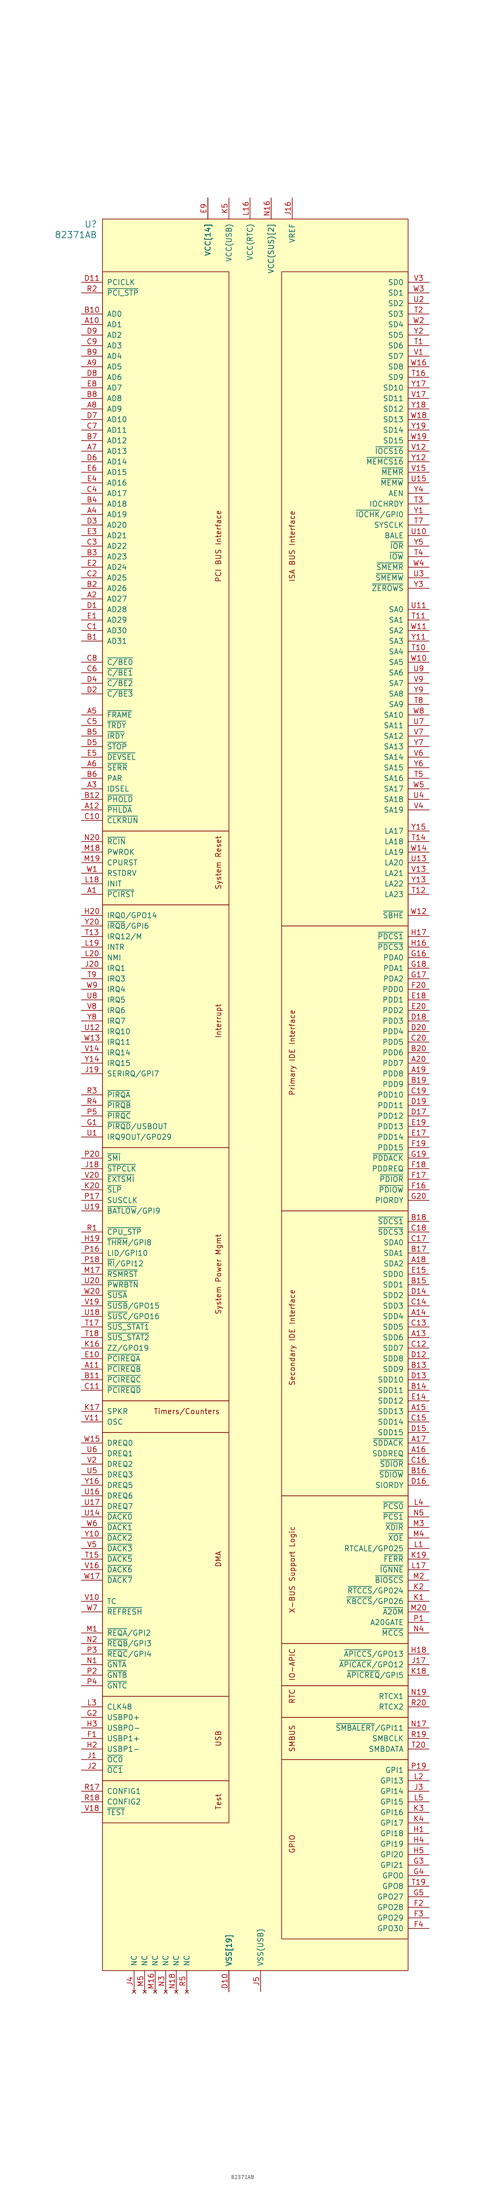
<source format=kicad_sym>
(kicad_symbol_lib
  (version 20211014)
  (generator kicad_symbol_editor)
  (symbol "82371AB"
    (pin_names
      (offset 1.016))
    (property "Reference" "U"
      (at -36.83 194.31 0)
      (effects (font (size 1.524 1.524)) (justify right)))
    (property "Value" "82371AB"
      (at -36.83 191.77 0)
      (effects (font (size 1.524 1.524)) (justify right)))
    (symbol "82371AB_0_0"
      (rectangle (start -35.56 -180.34) (end -5.08 -190.5) (stroke (width 0.152) (type default) (color 0 0 0 0)) (fill (type none)))
      (rectangle (start -35.56 -160.02) (end -5.08 -180.34) (stroke (width 0.152) (type default) (color 0 0 0 0)) (fill (type none)))
      (rectangle (start -35.56 -96.52) (end -5.08 -160.02) (stroke (width 0.152) (type default) (color 0 0 0 0)) (fill (type none)))
      (rectangle (start -35.56 -88.9) (end -5.08 -96.52) (stroke (width 0.152) (type default) (color 0 0 0 0)) (fill (type none)))
      (rectangle (start -35.56 -27.94) (end -5.08 -88.9) (stroke (width 0.152) (type default) (color 0 0 0 0)) (fill (type none)))
      (rectangle (start -35.56 30.48) (end -5.08 -27.94) (stroke (width 0.152) (type default) (color 0 0 0 0)) (fill (type none)))
      (rectangle (start -35.56 48.26) (end -5.08 30.48) (stroke (width 0.152) (type default) (color 0 0 0 0)) (fill (type none)))
      (rectangle (start 38.1 -175.26) (end 7.62 -218.44) (stroke (width 0.152) (type default) (color 0 0 0 0)) (fill (type none)))
      (rectangle (start 38.1 -165.1) (end 7.62 -175.26) (stroke (width 0.152) (type default) (color 0 0 0 0)) (fill (type none)))
      (rectangle (start 38.1 -157.48) (end 7.62 -165.1) (stroke (width 0.152) (type default) (color 0 0 0 0)) (fill (type none)))
      (rectangle (start 38.1 -147.32) (end 7.62 -157.48) (stroke (width 0.152) (type default) (color 0 0 0 0)) (fill (type none)))
      (rectangle (start 38.1 -111.76) (end 7.62 -147.32) (stroke (width 0.152) (type default) (color 0 0 0 0)) (fill (type none)))
      (rectangle (start 38.1 -43.18) (end 7.62 -111.76) (stroke (width 0.152) (type default) (color 0 0 0 0)) (fill (type none)))
      (rectangle (start 38.1 25.4) (end 7.62 -43.18) (stroke (width 0.152) (type default) (color 0 0 0 0)) (fill (type none)))
      (rectangle (start 38.1 182.88) (end 7.62 25.4) (stroke (width 0.152) (type default) (color 0 0 0 0)) (fill (type none)))
      (text "DMA" (at -7.62 -127 900) (effects (font (size 1.27 1.27))))
      (text "GPIO" (at 10.16 -195.58 900) (effects (font (size 1.27 1.27))))
      (text "Interrupt" (at -7.62 2.54 900) (effects (font (size 1.27 1.27))))
      (text "IO-APIC" (at 10.16 -152.4 900) (effects (font (size 1.27 1.27))))
      (text "ISA BUS Interface" (at 10.16 116.84 900) (effects (font (size 1.27 1.27))))
      (text "PCI BUS Interface" (at -7.62 116.84 900) (effects (font (size 1.27 1.27))))
      (text "Primary IDE Interface" (at 10.16 -5.08 900) (effects (font (size 1.27 1.27))))
      (text "RTC" (at 10.16 -160.02 900) (effects (font (size 1.27 1.27))))
      (text "Secondary IDE Interface" (at 10.16 -73.66 900) (effects (font (size 1.27 1.27))))
      (text "SMBUS" (at 10.16 -170.18 900) (effects (font (size 1.27 1.27))))
      (text "System Power Mgmt" (at -7.62 -58.42 900) (effects (font (size 1.27 1.27))))
      (text "System Reset" (at -7.62 40.64 900) (effects (font (size 1.27 1.27))))
      (text "Test" (at -7.62 -185.42 900) (effects (font (size 1.27 1.27))))
      (text "Timers/Counters" (at -15.24 -91.44 0) (effects (font (size 1.27 1.27))))
      (text "USB" (at -7.62 -170.18 900) (effects (font (size 1.27 1.27))))
      (text "X-BUS Support Logic" (at 10.16 -129.54 900) (effects (font (size 1.27 1.27)))))
    (symbol "82371AB_0_1"
      (rectangle (start -35.56 182.88) (end -5.08 48.26) (stroke (width 0.152) (type default) (color 0 0 0 0)) (fill (type none))))
    (symbol "82371AB_1_1"
      (rectangle (start -35.56 195.58) (end 38.1 -226.06) (stroke (width 0) (type default) (color 0 0 0 0)) (fill (type background)))
      (pin output line (at -40.64 33.02 0) (length 5.08) (name "~{PCIRST}" (effects (font (size 1.27 1.27)))) (number "A1" (effects (font (size 1.27 1.27)))))
      (pin tri_state line (at -40.64 170.18 0) (length 5.08) (name "AD1" (effects (font (size 1.27 1.27)))) (number "A10" (effects (font (size 1.27 1.27)))))
      (pin input line (at -40.64 -81.28 0) (length 5.08) (name "~{PCIREQB}" (effects (font (size 1.27 1.27)))) (number "A11" (effects (font (size 1.27 1.27)))))
      (pin input line (at -40.64 53.34 0) (length 5.08) (name "~{PHLDA}" (effects (font (size 1.27 1.27)))) (number "A12" (effects (font (size 1.27 1.27)))))
      (pin tri_state line (at 43.18 -73.66 180) (length 5.08) (name "SDD6" (effects (font (size 1.27 1.27)))) (number "A13" (effects (font (size 1.27 1.27)))))
      (pin tri_state line (at 43.18 -68.58 180) (length 5.08) (name "SDD4" (effects (font (size 1.27 1.27)))) (number "A14" (effects (font (size 1.27 1.27)))))
      (pin tri_state line (at 43.18 -91.44 180) (length 5.08) (name "SDD13" (effects (font (size 1.27 1.27)))) (number "A15" (effects (font (size 1.27 1.27)))))
      (pin input line (at 43.18 -101.6 180) (length 5.08) (name "SDDREQ" (effects (font (size 1.27 1.27)))) (number "A16" (effects (font (size 1.27 1.27)))))
      (pin output line (at 43.18 -99.06 180) (length 5.08) (name "~{SDDACK}" (effects (font (size 1.27 1.27)))) (number "A17" (effects (font (size 1.27 1.27)))))
      (pin output line (at 43.18 -55.88 180) (length 5.08) (name "SDA2" (effects (font (size 1.27 1.27)))) (number "A18" (effects (font (size 1.27 1.27)))))
      (pin tri_state line (at 43.18 -10.16 180) (length 5.08) (name "PDD8" (effects (font (size 1.27 1.27)))) (number "A19" (effects (font (size 1.27 1.27)))))
      (pin tri_state line (at -40.64 104.14 0) (length 5.08) (name "AD27" (effects (font (size 1.27 1.27)))) (number "A2" (effects (font (size 1.27 1.27)))))
      (pin tri_state line (at 43.18 -7.62 180) (length 5.08) (name "PDD7" (effects (font (size 1.27 1.27)))) (number "A20" (effects (font (size 1.27 1.27)))))
      (pin input line (at -40.64 58.42 0) (length 5.08) (name "IDSEL" (effects (font (size 1.27 1.27)))) (number "A3" (effects (font (size 1.27 1.27)))))
      (pin tri_state line (at -40.64 124.46 0) (length 5.08) (name "AD19" (effects (font (size 1.27 1.27)))) (number "A4" (effects (font (size 1.27 1.27)))))
      (pin tri_state line (at -40.64 76.2 0) (length 5.08) (name "~{FRAME}" (effects (font (size 1.27 1.27)))) (number "A5" (effects (font (size 1.27 1.27)))))
      (pin tri_state line (at -40.64 63.5 0) (length 5.08) (name "~{SERR}" (effects (font (size 1.27 1.27)))) (number "A6" (effects (font (size 1.27 1.27)))))
      (pin tri_state line (at -40.64 139.7 0) (length 5.08) (name "AD13" (effects (font (size 1.27 1.27)))) (number "A7" (effects (font (size 1.27 1.27)))))
      (pin tri_state line (at -40.64 149.86 0) (length 5.08) (name "AD9" (effects (font (size 1.27 1.27)))) (number "A8" (effects (font (size 1.27 1.27)))))
      (pin tri_state line (at -40.64 160.02 0) (length 5.08) (name "AD5" (effects (font (size 1.27 1.27)))) (number "A9" (effects (font (size 1.27 1.27)))))
      (pin tri_state line (at -40.64 93.98 0) (length 5.08) (name "AD31" (effects (font (size 1.27 1.27)))) (number "B1" (effects (font (size 1.27 1.27)))))
      (pin tri_state line (at -40.64 172.72 0) (length 5.08) (name "AD0" (effects (font (size 1.27 1.27)))) (number "B10" (effects (font (size 1.27 1.27)))))
      (pin input line (at -40.64 -83.82 0) (length 5.08) (name "~{PCIREQC}" (effects (font (size 1.27 1.27)))) (number "B11" (effects (font (size 1.27 1.27)))))
      (pin output line (at -40.64 55.88 0) (length 5.08) (name "~{PHOLD}" (effects (font (size 1.27 1.27)))) (number "B12" (effects (font (size 1.27 1.27)))))
      (pin tri_state line (at 43.18 -81.28 180) (length 5.08) (name "SDD9" (effects (font (size 1.27 1.27)))) (number "B13" (effects (font (size 1.27 1.27)))))
      (pin tri_state line (at 43.18 -86.36 180) (length 5.08) (name "SDD11" (effects (font (size 1.27 1.27)))) (number "B14" (effects (font (size 1.27 1.27)))))
      (pin tri_state line (at 43.18 -60.96 180) (length 5.08) (name "SDD1" (effects (font (size 1.27 1.27)))) (number "B15" (effects (font (size 1.27 1.27)))))
      (pin output line (at 43.18 -106.68 180) (length 5.08) (name "~{SDIOW}" (effects (font (size 1.27 1.27)))) (number "B16" (effects (font (size 1.27 1.27)))))
      (pin output line (at 43.18 -53.34 180) (length 5.08) (name "SDA1" (effects (font (size 1.27 1.27)))) (number "B17" (effects (font (size 1.27 1.27)))))
      (pin output line (at 43.18 -45.72 180) (length 5.08) (name "~{SDCS1}" (effects (font (size 1.27 1.27)))) (number "B18" (effects (font (size 1.27 1.27)))))
      (pin tri_state line (at 43.18 -12.7 180) (length 5.08) (name "PDD9" (effects (font (size 1.27 1.27)))) (number "B19" (effects (font (size 1.27 1.27)))))
      (pin tri_state line (at -40.64 106.68 0) (length 5.08) (name "AD26" (effects (font (size 1.27 1.27)))) (number "B2" (effects (font (size 1.27 1.27)))))
      (pin tri_state line (at 43.18 -5.08 180) (length 5.08) (name "PDD6" (effects (font (size 1.27 1.27)))) (number "B20" (effects (font (size 1.27 1.27)))))
      (pin tri_state line (at -40.64 114.3 0) (length 5.08) (name "AD23" (effects (font (size 1.27 1.27)))) (number "B3" (effects (font (size 1.27 1.27)))))
      (pin tri_state line (at -40.64 127 0) (length 5.08) (name "AD18" (effects (font (size 1.27 1.27)))) (number "B4" (effects (font (size 1.27 1.27)))))
      (pin tri_state line (at -40.64 71.12 0) (length 5.08) (name "~{IRDY}" (effects (font (size 1.27 1.27)))) (number "B5" (effects (font (size 1.27 1.27)))))
      (pin output line (at -40.64 60.96 0) (length 5.08) (name "PAR" (effects (font (size 1.27 1.27)))) (number "B6" (effects (font (size 1.27 1.27)))))
      (pin tri_state line (at -40.64 142.24 0) (length 5.08) (name "AD12" (effects (font (size 1.27 1.27)))) (number "B7" (effects (font (size 1.27 1.27)))))
      (pin tri_state line (at -40.64 152.4 0) (length 5.08) (name "AD8" (effects (font (size 1.27 1.27)))) (number "B8" (effects (font (size 1.27 1.27)))))
      (pin tri_state line (at -40.64 162.56 0) (length 5.08) (name "AD4" (effects (font (size 1.27 1.27)))) (number "B9" (effects (font (size 1.27 1.27)))))
      (pin tri_state line (at -40.64 96.52 0) (length 5.08) (name "AD30" (effects (font (size 1.27 1.27)))) (number "C1" (effects (font (size 1.27 1.27)))))
      (pin tri_state line (at -40.64 50.8 0) (length 5.08) (name "~{CLKRUN}" (effects (font (size 1.27 1.27)))) (number "C10" (effects (font (size 1.27 1.27)))))
      (pin input line (at -40.64 -86.36 0) (length 5.08) (name "~{PCIREQD}" (effects (font (size 1.27 1.27)))) (number "C11" (effects (font (size 1.27 1.27)))))
      (pin tri_state line (at 43.18 -76.2 180) (length 5.08) (name "SDD7" (effects (font (size 1.27 1.27)))) (number "C12" (effects (font (size 1.27 1.27)))))
      (pin tri_state line (at 43.18 -71.12 180) (length 5.08) (name "SDD5" (effects (font (size 1.27 1.27)))) (number "C13" (effects (font (size 1.27 1.27)))))
      (pin tri_state line (at 43.18 -66.04 180) (length 5.08) (name "SDD3" (effects (font (size 1.27 1.27)))) (number "C14" (effects (font (size 1.27 1.27)))))
      (pin tri_state line (at 43.18 -93.98 180) (length 5.08) (name "SDD14" (effects (font (size 1.27 1.27)))) (number "C15" (effects (font (size 1.27 1.27)))))
      (pin output line (at 43.18 -104.14 180) (length 5.08) (name "~{SDIOR}" (effects (font (size 1.27 1.27)))) (number "C16" (effects (font (size 1.27 1.27)))))
      (pin output line (at 43.18 -50.8 180) (length 5.08) (name "SDA0" (effects (font (size 1.27 1.27)))) (number "C17" (effects (font (size 1.27 1.27)))))
      (pin output line (at 43.18 -48.26 180) (length 5.08) (name "~{SDCS3}" (effects (font (size 1.27 1.27)))) (number "C18" (effects (font (size 1.27 1.27)))))
      (pin tri_state line (at 43.18 -15.24 180) (length 5.08) (name "PDD10" (effects (font (size 1.27 1.27)))) (number "C19" (effects (font (size 1.27 1.27)))))
      (pin tri_state line (at -40.64 109.22 0) (length 5.08) (name "AD25" (effects (font (size 1.27 1.27)))) (number "C2" (effects (font (size 1.27 1.27)))))
      (pin tri_state line (at 43.18 -2.54 180) (length 5.08) (name "PDD5" (effects (font (size 1.27 1.27)))) (number "C20" (effects (font (size 1.27 1.27)))))
      (pin tri_state line (at -40.64 116.84 0) (length 5.08) (name "AD22" (effects (font (size 1.27 1.27)))) (number "C3" (effects (font (size 1.27 1.27)))))
      (pin tri_state line (at -40.64 129.54 0) (length 5.08) (name "AD17" (effects (font (size 1.27 1.27)))) (number "C4" (effects (font (size 1.27 1.27)))))
      (pin tri_state line (at -40.64 73.66 0) (length 5.08) (name "~{TRDY}" (effects (font (size 1.27 1.27)))) (number "C5" (effects (font (size 1.27 1.27)))))
      (pin tri_state line (at -40.64 86.36 0) (length 5.08) (name "~{C/BE1}" (effects (font (size 1.27 1.27)))) (number "C6" (effects (font (size 1.27 1.27)))))
      (pin tri_state line (at -40.64 144.78 0) (length 5.08) (name "AD11" (effects (font (size 1.27 1.27)))) (number "C7" (effects (font (size 1.27 1.27)))))
      (pin tri_state line (at -40.64 88.9 0) (length 5.08) (name "~{C/BE0}" (effects (font (size 1.27 1.27)))) (number "C8" (effects (font (size 1.27 1.27)))))
      (pin tri_state line (at -40.64 165.1 0) (length 5.08) (name "AD3" (effects (font (size 1.27 1.27)))) (number "C9" (effects (font (size 1.27 1.27)))))
      (pin tri_state line (at -40.64 101.6 0) (length 5.08) (name "AD28" (effects (font (size 1.27 1.27)))) (number "D1" (effects (font (size 1.27 1.27)))))
      (pin power_in line (at -5.08 -231.14 90) (length 5.08) (name "VSS[19]" (effects (font (size 1.27 1.27)))) (number "D10" (effects (font (size 1.27 1.27)))))
      (pin input line (at -40.64 180.34 0) (length 5.08) (name "PCICLK" (effects (font (size 1.27 1.27)))) (number "D11" (effects (font (size 1.27 1.27)))))
      (pin tri_state line (at 43.18 -78.74 180) (length 5.08) (name "SDD8" (effects (font (size 1.27 1.27)))) (number "D12" (effects (font (size 1.27 1.27)))))
      (pin tri_state line (at 43.18 -83.82 180) (length 5.08) (name "SDD10" (effects (font (size 1.27 1.27)))) (number "D13" (effects (font (size 1.27 1.27)))))
      (pin tri_state line (at 43.18 -63.5 180) (length 5.08) (name "SDD2" (effects (font (size 1.27 1.27)))) (number "D14" (effects (font (size 1.27 1.27)))))
      (pin tri_state line (at 43.18 -96.52 180) (length 5.08) (name "SDD15" (effects (font (size 1.27 1.27)))) (number "D15" (effects (font (size 1.27 1.27)))))
      (pin input line (at 43.18 -109.22 180) (length 5.08) (name "SIORDY" (effects (font (size 1.27 1.27)))) (number "D16" (effects (font (size 1.27 1.27)))))
      (pin tri_state line (at 43.18 -20.32 180) (length 5.08) (name "PDD12" (effects (font (size 1.27 1.27)))) (number "D17" (effects (font (size 1.27 1.27)))))
      (pin tri_state line (at 43.18 2.54 180) (length 5.08) (name "PDD3" (effects (font (size 1.27 1.27)))) (number "D18" (effects (font (size 1.27 1.27)))))
      (pin tri_state line (at 43.18 -17.78 180) (length 5.08) (name "PDD11" (effects (font (size 1.27 1.27)))) (number "D19" (effects (font (size 1.27 1.27)))))
      (pin tri_state line (at -40.64 81.28 0) (length 5.08) (name "~{C/BE3}" (effects (font (size 1.27 1.27)))) (number "D2" (effects (font (size 1.27 1.27)))))
      (pin tri_state line (at 43.18 0 180) (length 5.08) (name "PDD4" (effects (font (size 1.27 1.27)))) (number "D20" (effects (font (size 1.27 1.27)))))
      (pin tri_state line (at -40.64 121.92 0) (length 5.08) (name "AD20" (effects (font (size 1.27 1.27)))) (number "D3" (effects (font (size 1.27 1.27)))))
      (pin tri_state line (at -40.64 83.82 0) (length 5.08) (name "~{C/BE2}" (effects (font (size 1.27 1.27)))) (number "D4" (effects (font (size 1.27 1.27)))))
      (pin tri_state line (at -40.64 68.58 0) (length 5.08) (name "~{STOP}" (effects (font (size 1.27 1.27)))) (number "D5" (effects (font (size 1.27 1.27)))))
      (pin tri_state line (at -40.64 137.16 0) (length 5.08) (name "AD14" (effects (font (size 1.27 1.27)))) (number "D6" (effects (font (size 1.27 1.27)))))
      (pin tri_state line (at -40.64 147.32 0) (length 5.08) (name "AD10" (effects (font (size 1.27 1.27)))) (number "D7" (effects (font (size 1.27 1.27)))))
      (pin tri_state line (at -40.64 157.48 0) (length 5.08) (name "AD6" (effects (font (size 1.27 1.27)))) (number "D8" (effects (font (size 1.27 1.27)))))
      (pin tri_state line (at -40.64 167.64 0) (length 5.08) (name "AD2" (effects (font (size 1.27 1.27)))) (number "D9" (effects (font (size 1.27 1.27)))))
      (pin tri_state line (at -40.64 99.06 0) (length 5.08) (name "AD29" (effects (font (size 1.27 1.27)))) (number "E1" (effects (font (size 1.27 1.27)))))
      (pin input line (at -40.64 -78.74 0) (length 5.08) (name "~{PCIREQA}" (effects (font (size 1.27 1.27)))) (number "E10" (effects (font (size 1.27 1.27)))))
      (pin power_in line (at -10.16 200.66 270) (length 5.08) (name "VCC[14]" (effects (font (size 1.27 1.27)))) (number "E11" (effects (font (size 0 0)))))
      (pin power_in line (at -10.16 200.66 270) (length 5.08) (name "VCC[14]" (effects (font (size 1.27 1.27)))) (number "E12" (effects (font (size 0 0)))))
      (pin power_in line (at -5.08 -231.14 90) (length 5.08) (name "VSS[19]" (effects (font (size 1.27 1.27)))) (number "E13" (effects (font (size 0 0)))))
      (pin tri_state line (at 43.18 -88.9 180) (length 5.08) (name "SDD12" (effects (font (size 1.27 1.27)))) (number "E14" (effects (font (size 1.27 1.27)))))
      (pin tri_state line (at 43.18 -58.42 180) (length 5.08) (name "SDD0" (effects (font (size 1.27 1.27)))) (number "E15" (effects (font (size 1.27 1.27)))))
      (pin power_in line (at -10.16 200.66 270) (length 5.08) (name "VCC[14]" (effects (font (size 1.27 1.27)))) (number "E16" (effects (font (size 0 0)))))
      (pin tri_state line (at 43.18 -25.4 180) (length 5.08) (name "PDD14" (effects (font (size 1.27 1.27)))) (number "E17" (effects (font (size 1.27 1.27)))))
      (pin tri_state line (at 43.18 7.62 180) (length 5.08) (name "PDD1" (effects (font (size 1.27 1.27)))) (number "E18" (effects (font (size 1.27 1.27)))))
      (pin tri_state line (at 43.18 -22.86 180) (length 5.08) (name "PDD13" (effects (font (size 1.27 1.27)))) (number "E19" (effects (font (size 1.27 1.27)))))
      (pin tri_state line (at -40.64 111.76 0) (length 5.08) (name "AD24" (effects (font (size 1.27 1.27)))) (number "E2" (effects (font (size 1.27 1.27)))))
      (pin tri_state line (at 43.18 5.08 180) (length 5.08) (name "PDD2" (effects (font (size 1.27 1.27)))) (number "E20" (effects (font (size 1.27 1.27)))))
      (pin tri_state line (at -40.64 119.38 0) (length 5.08) (name "AD21" (effects (font (size 1.27 1.27)))) (number "E3" (effects (font (size 1.27 1.27)))))
      (pin tri_state line (at -40.64 132.08 0) (length 5.08) (name "AD16" (effects (font (size 1.27 1.27)))) (number "E4" (effects (font (size 1.27 1.27)))))
      (pin tri_state line (at -40.64 66.04 0) (length 5.08) (name "~{DEVSEL}" (effects (font (size 1.27 1.27)))) (number "E5" (effects (font (size 1.27 1.27)))))
      (pin tri_state line (at -40.64 134.62 0) (length 5.08) (name "AD15" (effects (font (size 1.27 1.27)))) (number "E6" (effects (font (size 1.27 1.27)))))
      (pin power_in line (at -5.08 -231.14 90) (length 5.08) (name "VSS[19]" (effects (font (size 1.27 1.27)))) (number "E7" (effects (font (size 0 0)))))
      (pin tri_state line (at -40.64 154.94 0) (length 5.08) (name "AD7" (effects (font (size 1.27 1.27)))) (number "E8" (effects (font (size 1.27 1.27)))))
      (pin power_in line (at -10.16 200.66 270) (length 5.08) (name "VCC[14]" (effects (font (size 1.27 1.27)))) (number "E9" (effects (font (size 1.27 1.27)))))
      (pin tri_state line (at -40.64 -170.18 0) (length 5.08) (name "USBP1+" (effects (font (size 1.27 1.27)))) (number "F1" (effects (font (size 1.27 1.27)))))
      (pin power_in line (at -10.16 200.66 270) (length 5.08) (name "VCC[14]" (effects (font (size 1.27 1.27)))) (number "F14" (effects (font (size 0 0)))))
      (pin power_in line (at -10.16 200.66 270) (length 5.08) (name "VCC[14]" (effects (font (size 1.27 1.27)))) (number "F15" (effects (font (size 0 0)))))
      (pin output line (at 43.18 -38.1 180) (length 5.08) (name "~{PDIOW}" (effects (font (size 1.27 1.27)))) (number "F16" (effects (font (size 1.27 1.27)))))
      (pin output line (at 43.18 -35.56 180) (length 5.08) (name "~{PDIOR}" (effects (font (size 1.27 1.27)))) (number "F17" (effects (font (size 1.27 1.27)))))
      (pin input line (at 43.18 -33.02 180) (length 5.08) (name "PDDREQ" (effects (font (size 1.27 1.27)))) (number "F18" (effects (font (size 1.27 1.27)))))
      (pin tri_state line (at 43.18 -27.94 180) (length 5.08) (name "PDD15" (effects (font (size 1.27 1.27)))) (number "F19" (effects (font (size 1.27 1.27)))))
      (pin output line (at 43.18 -210.82 180) (length 5.08) (name "GPO28" (effects (font (size 1.27 1.27)))) (number "F2" (effects (font (size 1.27 1.27)))))
      (pin tri_state line (at 43.18 10.16 180) (length 5.08) (name "PDD0" (effects (font (size 1.27 1.27)))) (number "F20" (effects (font (size 1.27 1.27)))))
      (pin output line (at 43.18 -213.36 180) (length 5.08) (name "GPO29" (effects (font (size 1.27 1.27)))) (number "F3" (effects (font (size 1.27 1.27)))))
      (pin output line (at 43.18 -215.9 180) (length 5.08) (name "GPO30" (effects (font (size 1.27 1.27)))) (number "F4" (effects (font (size 1.27 1.27)))))
      (pin power_in line (at -10.16 200.66 270) (length 5.08) (name "VCC[14]" (effects (font (size 1.27 1.27)))) (number "F5" (effects (font (size 0 0)))))
      (pin power_in line (at -10.16 200.66 270) (length 5.08) (name "VCC[14]" (effects (font (size 1.27 1.27)))) (number "F6" (effects (font (size 0 0)))))
      (pin tri_state line (at -40.64 -22.86 0) (length 5.08) (name "~{PIRQD}/USBOUT" (effects (font (size 1.27 1.27)))) (number "G1" (effects (font (size 1.27 1.27)))))
      (pin output line (at 43.18 17.78 180) (length 5.08) (name "PDA0" (effects (font (size 1.27 1.27)))) (number "G16" (effects (font (size 1.27 1.27)))))
      (pin output line (at 43.18 12.7 180) (length 5.08) (name "PDA2" (effects (font (size 1.27 1.27)))) (number "G17" (effects (font (size 1.27 1.27)))))
      (pin output line (at 43.18 15.24 180) (length 5.08) (name "PDA1" (effects (font (size 1.27 1.27)))) (number "G18" (effects (font (size 1.27 1.27)))))
      (pin output line (at 43.18 -30.48 180) (length 5.08) (name "~{PDDACK}" (effects (font (size 1.27 1.27)))) (number "G19" (effects (font (size 1.27 1.27)))))
      (pin tri_state line (at -40.64 -165.1 0) (length 5.08) (name "USBP0+" (effects (font (size 1.27 1.27)))) (number "G2" (effects (font (size 1.27 1.27)))))
      (pin input line (at 43.18 -40.64 180) (length 5.08) (name "PIORDY" (effects (font (size 1.27 1.27)))) (number "G20" (effects (font (size 1.27 1.27)))))
      (pin input line (at 43.18 -200.66 180) (length 5.08) (name "GPI21" (effects (font (size 1.27 1.27)))) (number "G3" (effects (font (size 1.27 1.27)))))
      (pin output line (at 43.18 -203.2 180) (length 5.08) (name "GPO0" (effects (font (size 1.27 1.27)))) (number "G4" (effects (font (size 1.27 1.27)))))
      (pin output line (at 43.18 -208.28 180) (length 5.08) (name "GPO27" (effects (font (size 1.27 1.27)))) (number "G5" (effects (font (size 1.27 1.27)))))
      (pin power_in line (at -10.16 200.66 270) (length 5.08) (name "VCC[14]" (effects (font (size 1.27 1.27)))) (number "G6" (effects (font (size 0 0)))))
      (pin input line (at 43.18 -193.04 180) (length 5.08) (name "GPI18" (effects (font (size 1.27 1.27)))) (number "H1" (effects (font (size 1.27 1.27)))))
      (pin output line (at 43.18 20.32 180) (length 5.08) (name "~{PDCS3}" (effects (font (size 1.27 1.27)))) (number "H16" (effects (font (size 1.27 1.27)))))
      (pin output line (at 43.18 22.86 180) (length 5.08) (name "~{PDCS1}" (effects (font (size 1.27 1.27)))) (number "H17" (effects (font (size 1.27 1.27)))))
      (pin output line (at 43.18 -149.86 180) (length 5.08) (name "~{APICCS}/GPO13" (effects (font (size 1.27 1.27)))) (number "H18" (effects (font (size 1.27 1.27)))))
      (pin input line (at -40.64 -50.8 0) (length 5.08) (name "~{THRM}/GPI8" (effects (font (size 1.27 1.27)))) (number "H19" (effects (font (size 1.27 1.27)))))
      (pin tri_state line (at -40.64 -172.72 0) (length 5.08) (name "USBP1-" (effects (font (size 1.27 1.27)))) (number "H2" (effects (font (size 1.27 1.27)))))
      (pin output line (at -40.64 27.94 0) (length 5.08) (name "IRQ0/GPO14" (effects (font (size 1.27 1.27)))) (number "H20" (effects (font (size 1.27 1.27)))))
      (pin tri_state line (at -40.64 -167.64 0) (length 5.08) (name "USBPO-" (effects (font (size 1.27 1.27)))) (number "H3" (effects (font (size 1.27 1.27)))))
      (pin input line (at 43.18 -195.58 180) (length 5.08) (name "GPI19" (effects (font (size 1.27 1.27)))) (number "H4" (effects (font (size 1.27 1.27)))))
      (pin input line (at 43.18 -198.12 180) (length 5.08) (name "GPI20" (effects (font (size 1.27 1.27)))) (number "H5" (effects (font (size 1.27 1.27)))))
      (pin input line (at -40.64 -175.26 0) (length 5.08) (name "~{OC0}" (effects (font (size 1.27 1.27)))) (number "J1" (effects (font (size 1.27 1.27)))))
      (pin power_in line (at -5.08 -231.14 90) (length 5.08) (name "VSS[19]" (effects (font (size 1.27 1.27)))) (number "J10" (effects (font (size 0 0)))))
      (pin power_in line (at -5.08 -231.14 90) (length 5.08) (name "VSS[19]" (effects (font (size 1.27 1.27)))) (number "J11" (effects (font (size 0 0)))))
      (pin power_in line (at -5.08 -231.14 90) (length 5.08) (name "VSS[19]" (effects (font (size 1.27 1.27)))) (number "J12" (effects (font (size 0 0)))))
      (pin power_in line (at 10.16 200.66 270) (length 5.08) (name "VREF" (effects (font (size 1.27 1.27)))) (number "J16" (effects (font (size 1.27 1.27)))))
      (pin output line (at 43.18 -152.4 180) (length 5.08) (name "~{APICACK}/GPO12" (effects (font (size 1.27 1.27)))) (number "J17" (effects (font (size 1.27 1.27)))))
      (pin open_collector line (at -40.64 -33.02 0) (length 5.08) (name "~{STPCLK}" (effects (font (size 1.27 1.27)))) (number "J18" (effects (font (size 1.27 1.27)))))
      (pin tri_state line (at -40.64 -10.16 0) (length 5.08) (name "SERIRQ/GPI7" (effects (font (size 1.27 1.27)))) (number "J19" (effects (font (size 1.27 1.27)))))
      (pin input line (at -40.64 -177.8 0) (length 5.08) (name "~{OC1}" (effects (font (size 1.27 1.27)))) (number "J2" (effects (font (size 1.27 1.27)))))
      (pin input line (at -40.64 15.24 0) (length 5.08) (name "IRQ1" (effects (font (size 1.27 1.27)))) (number "J20" (effects (font (size 1.27 1.27)))))
      (pin input line (at 43.18 -182.88 180) (length 5.08) (name "GPI14" (effects (font (size 1.27 1.27)))) (number "J3" (effects (font (size 1.27 1.27)))))
      (pin no_connect line (at -27.94 -231.14 90) (length 5.08) (name "NC" (effects (font (size 1.27 1.27)))) (number "J4" (effects (font (size 1.27 1.27)))))
      (pin power_in line (at 2.54 -231.14 90) (length 5.08) (name "VSS(USB)" (effects (font (size 1.27 1.27)))) (number "J5" (effects (font (size 1.27 1.27)))))
      (pin power_in line (at -5.08 -231.14 90) (length 5.08) (name "VSS[19]" (effects (font (size 1.27 1.27)))) (number "J9" (effects (font (size 0 0)))))
      (pin output line (at 43.18 -137.16 180) (length 5.08) (name "~{KBCCS}/GP026" (effects (font (size 1.27 1.27)))) (number "K1" (effects (font (size 1.27 1.27)))))
      (pin power_in line (at -5.08 -231.14 90) (length 5.08) (name "VSS[19]" (effects (font (size 1.27 1.27)))) (number "K10" (effects (font (size 0 0)))))
      (pin power_in line (at -5.08 -231.14 90) (length 5.08) (name "VSS[19]" (effects (font (size 1.27 1.27)))) (number "K11" (effects (font (size 0 0)))))
      (pin power_in line (at -5.08 -231.14 90) (length 5.08) (name "VSS[19]" (effects (font (size 1.27 1.27)))) (number "K12" (effects (font (size 0 0)))))
      (pin output line (at -40.64 -76.2 0) (length 5.08) (name "ZZ/GPO19" (effects (font (size 1.27 1.27)))) (number "K16" (effects (font (size 1.27 1.27)))))
      (pin output line (at -40.64 -91.44 0) (length 5.08) (name "SPKR" (effects (font (size 1.27 1.27)))) (number "K17" (effects (font (size 1.27 1.27)))))
      (pin input line (at 43.18 -154.94 180) (length 5.08) (name "~{APICREQ}/GPI5" (effects (font (size 1.27 1.27)))) (number "K18" (effects (font (size 1.27 1.27)))))
      (pin input line (at 43.18 -127 180) (length 5.08) (name "~{FERR}" (effects (font (size 1.27 1.27)))) (number "K19" (effects (font (size 1.27 1.27)))))
      (pin output line (at 43.18 -134.62 180) (length 5.08) (name "~{RTCCS}/GP024" (effects (font (size 1.27 1.27)))) (number "K2" (effects (font (size 1.27 1.27)))))
      (pin open_collector line (at -40.64 -38.1 0) (length 5.08) (name "~{SLP}" (effects (font (size 1.27 1.27)))) (number "K20" (effects (font (size 1.27 1.27)))))
      (pin input line (at 43.18 -187.96 180) (length 5.08) (name "GPI16" (effects (font (size 1.27 1.27)))) (number "K3" (effects (font (size 1.27 1.27)))))
      (pin input line (at 43.18 -190.5 180) (length 5.08) (name "GPI17" (effects (font (size 1.27 1.27)))) (number "K4" (effects (font (size 1.27 1.27)))))
      (pin power_in line (at -5.08 200.66 270) (length 5.08) (name "VCC(USB)" (effects (font (size 1.27 1.27)))) (number "K5" (effects (font (size 1.27 1.27)))))
      (pin power_in line (at -5.08 -231.14 90) (length 5.08) (name "VSS[19]" (effects (font (size 1.27 1.27)))) (number "K9" (effects (font (size 0 0)))))
      (pin output line (at 43.18 -124.46 180) (length 5.08) (name "RTCALE/GP025" (effects (font (size 1.27 1.27)))) (number "L1" (effects (font (size 1.27 1.27)))))
      (pin power_in line (at -5.08 -231.14 90) (length 5.08) (name "VSS[19]" (effects (font (size 1.27 1.27)))) (number "L10" (effects (font (size 0 0)))))
      (pin power_in line (at -5.08 -231.14 90) (length 5.08) (name "VSS[19]" (effects (font (size 1.27 1.27)))) (number "L11" (effects (font (size 0 0)))))
      (pin power_in line (at -5.08 -231.14 90) (length 5.08) (name "VSS[19]" (effects (font (size 1.27 1.27)))) (number "L12" (effects (font (size 0 0)))))
      (pin power_in line (at 0 200.66 270) (length 5.08) (name "VCC(RTC)" (effects (font (size 1.27 1.27)))) (number "L16" (effects (font (size 1.27 1.27)))))
      (pin open_collector line (at 43.18 -129.54 180) (length 5.08) (name "~{IGNNE}" (effects (font (size 1.27 1.27)))) (number "L17" (effects (font (size 1.27 1.27)))))
      (pin open_collector line (at -40.64 35.56 0) (length 5.08) (name "INIT" (effects (font (size 1.27 1.27)))) (number "L18" (effects (font (size 1.27 1.27)))))
      (pin open_collector line (at -40.64 20.32 0) (length 5.08) (name "INTR" (effects (font (size 1.27 1.27)))) (number "L19" (effects (font (size 1.27 1.27)))))
      (pin input line (at 43.18 -180.34 180) (length 5.08) (name "GPI13" (effects (font (size 1.27 1.27)))) (number "L2" (effects (font (size 1.27 1.27)))))
      (pin open_collector line (at -40.64 17.78 0) (length 5.08) (name "NMI" (effects (font (size 1.27 1.27)))) (number "L20" (effects (font (size 1.27 1.27)))))
      (pin input line (at -40.64 -162.56 0) (length 5.08) (name "CLK48" (effects (font (size 1.27 1.27)))) (number "L3" (effects (font (size 1.27 1.27)))))
      (pin output line (at 43.18 -114.3 180) (length 5.08) (name "~{PCS0}" (effects (font (size 1.27 1.27)))) (number "L4" (effects (font (size 1.27 1.27)))))
      (pin input line (at 43.18 -185.42 180) (length 5.08) (name "GPI15" (effects (font (size 1.27 1.27)))) (number "L5" (effects (font (size 1.27 1.27)))))
      (pin power_in line (at -5.08 -231.14 90) (length 5.08) (name "VSS[19]" (effects (font (size 1.27 1.27)))) (number "L9" (effects (font (size 0 0)))))
      (pin input line (at -40.64 -144.78 0) (length 5.08) (name "~{REQA}/GPI2" (effects (font (size 1.27 1.27)))) (number "M1" (effects (font (size 1.27 1.27)))))
      (pin power_in line (at -5.08 -231.14 90) (length 5.08) (name "VSS[19]" (effects (font (size 1.27 1.27)))) (number "M10" (effects (font (size 0 0)))))
      (pin power_in line (at -5.08 -231.14 90) (length 5.08) (name "VSS[19]" (effects (font (size 1.27 1.27)))) (number "M11" (effects (font (size 0 0)))))
      (pin power_in line (at -5.08 -231.14 90) (length 5.08) (name "VSS[19]" (effects (font (size 1.27 1.27)))) (number "M12" (effects (font (size 0 0)))))
      (pin no_connect line (at -22.86 -231.14 90) (length 5.08) (name "NC" (effects (font (size 1.27 1.27)))) (number "M16" (effects (font (size 1.27 1.27)))))
      (pin input line (at -40.64 -58.42 0) (length 5.08) (name "~{RSMRST}" (effects (font (size 1.27 1.27)))) (number "M17" (effects (font (size 1.27 1.27)))))
      (pin input line (at -40.64 43.18 0) (length 5.08) (name "PWROK" (effects (font (size 1.27 1.27)))) (number "M18" (effects (font (size 1.27 1.27)))))
      (pin open_collector line (at -40.64 40.64 0) (length 5.08) (name "CPURST" (effects (font (size 1.27 1.27)))) (number "M19" (effects (font (size 1.27 1.27)))))
      (pin output line (at 43.18 -132.08 180) (length 5.08) (name "~{BIOSCS}" (effects (font (size 1.27 1.27)))) (number "M2" (effects (font (size 1.27 1.27)))))
      (pin open_collector line (at 43.18 -139.7 180) (length 5.08) (name "~{A20M}" (effects (font (size 1.27 1.27)))) (number "M20" (effects (font (size 1.27 1.27)))))
      (pin output line (at 43.18 -119.38 180) (length 5.08) (name "~{XDIR}" (effects (font (size 1.27 1.27)))) (number "M3" (effects (font (size 1.27 1.27)))))
      (pin output line (at 43.18 -121.92 180) (length 5.08) (name "~{XOE}" (effects (font (size 1.27 1.27)))) (number "M4" (effects (font (size 1.27 1.27)))))
      (pin no_connect line (at -25.4 -231.14 90) (length 5.08) (name "NC" (effects (font (size 1.27 1.27)))) (number "M5" (effects (font (size 1.27 1.27)))))
      (pin power_in line (at -5.08 -231.14 90) (length 5.08) (name "VSS[19]" (effects (font (size 1.27 1.27)))) (number "M9" (effects (font (size 0 0)))))
      (pin output line (at -40.64 -152.4 0) (length 5.08) (name "~{GNTA}" (effects (font (size 1.27 1.27)))) (number "N1" (effects (font (size 1.27 1.27)))))
      (pin power_in line (at 5.08 200.66 270) (length 5.08) (name "VCC(SUS)[2]" (effects (font (size 1.27 1.27)))) (number "N16" (effects (font (size 1.27 1.27)))))
      (pin input line (at 43.18 -167.64 180) (length 5.08) (name "~{SMBALERT}/GPI11" (effects (font (size 1.27 1.27)))) (number "N17" (effects (font (size 1.27 1.27)))))
      (pin no_connect line (at -17.78 -231.14 90) (length 5.08) (name "NC" (effects (font (size 1.27 1.27)))) (number "N18" (effects (font (size 1.27 1.27)))))
      (pin tri_state line (at 43.18 -160.02 180) (length 5.08) (name "RTCX1" (effects (font (size 1.27 1.27)))) (number "N19" (effects (font (size 1.27 1.27)))))
      (pin input line (at -40.64 -147.32 0) (length 5.08) (name "~{REQB}/GPI3" (effects (font (size 1.27 1.27)))) (number "N2" (effects (font (size 1.27 1.27)))))
      (pin input line (at -40.64 45.72 0) (length 5.08) (name "~{RCIN}" (effects (font (size 1.27 1.27)))) (number "N20" (effects (font (size 1.27 1.27)))))
      (pin no_connect line (at -20.32 -231.14 90) (length 5.08) (name "NC" (effects (font (size 1.27 1.27)))) (number "N3" (effects (font (size 1.27 1.27)))))
      (pin output line (at 43.18 -144.78 180) (length 5.08) (name "~{MCCS}" (effects (font (size 1.27 1.27)))) (number "N4" (effects (font (size 1.27 1.27)))))
      (pin output line (at 43.18 -116.84 180) (length 5.08) (name "~{PCS1}" (effects (font (size 1.27 1.27)))) (number "N5" (effects (font (size 1.27 1.27)))))
      (pin open_collector line (at 43.18 -142.24 180) (length 5.08) (name "A20GATE" (effects (font (size 1.27 1.27)))) (number "P1" (effects (font (size 1.27 1.27)))))
      (pin power_in line (at -10.16 200.66 270) (length 5.08) (name "VCC[14]" (effects (font (size 1.27 1.27)))) (number "P15" (effects (font (size 0 0)))))
      (pin input line (at -40.64 -53.34 0) (length 5.08) (name "LID/GPI10" (effects (font (size 1.27 1.27)))) (number "P16" (effects (font (size 1.27 1.27)))))
      (pin output line (at -40.64 -40.64 0) (length 5.08) (name "SUSCLK" (effects (font (size 1.27 1.27)))) (number "P17" (effects (font (size 1.27 1.27)))))
      (pin input line (at -40.64 -55.88 0) (length 5.08) (name "~{RI}/GPI12" (effects (font (size 1.27 1.27)))) (number "P18" (effects (font (size 1.27 1.27)))))
      (pin input line (at 43.18 -177.8 180) (length 5.08) (name "GPI1" (effects (font (size 1.27 1.27)))) (number "P19" (effects (font (size 1.27 1.27)))))
      (pin output line (at -40.64 -154.94 0) (length 5.08) (name "~{GNTB}" (effects (font (size 1.27 1.27)))) (number "P2" (effects (font (size 1.27 1.27)))))
      (pin open_collector line (at -40.64 -30.48 0) (length 5.08) (name "~{SMI}" (effects (font (size 1.27 1.27)))) (number "P20" (effects (font (size 1.27 1.27)))))
      (pin input line (at -40.64 -149.86 0) (length 5.08) (name "~{REQC}/GPI4" (effects (font (size 1.27 1.27)))) (number "P3" (effects (font (size 1.27 1.27)))))
      (pin output line (at -40.64 -157.48 0) (length 5.08) (name "~{GNTC}" (effects (font (size 1.27 1.27)))) (number "P4" (effects (font (size 1.27 1.27)))))
      (pin tri_state line (at -40.64 -20.32 0) (length 5.08) (name "~{PIRQC}" (effects (font (size 1.27 1.27)))) (number "P5" (effects (font (size 1.27 1.27)))))
      (pin output line (at -40.64 -48.26 0) (length 5.08) (name "~{CPU_STP}" (effects (font (size 1.27 1.27)))) (number "R1" (effects (font (size 1.27 1.27)))))
      (pin power_in line (at -10.16 200.66 270) (length 5.08) (name "VCC[14]" (effects (font (size 1.27 1.27)))) (number "R15" (effects (font (size 0 0)))))
      (pin power_in line (at 5.08 200.66 270) (length 5.08) (name "VCC(SUS)[2]" (effects (font (size 1.27 1.27)))) (number "R16" (effects (font (size 0 0)))))
      (pin input line (at -40.64 -182.88 0) (length 5.08) (name "CONFIG1" (effects (font (size 1.27 1.27)))) (number "R17" (effects (font (size 1.27 1.27)))))
      (pin input line (at -40.64 -185.42 0) (length 5.08) (name "CONFIG2" (effects (font (size 1.27 1.27)))) (number "R18" (effects (font (size 1.27 1.27)))))
      (pin tri_state line (at 43.18 -170.18 180) (length 5.08) (name "SMBCLK" (effects (font (size 1.27 1.27)))) (number "R19" (effects (font (size 1.27 1.27)))))
      (pin output line (at -40.64 177.8 0) (length 5.08) (name "~{PCI_STP}" (effects (font (size 1.27 1.27)))) (number "R2" (effects (font (size 1.27 1.27)))))
      (pin tri_state line (at 43.18 -162.56 180) (length 5.08) (name "RTCX2" (effects (font (size 1.27 1.27)))) (number "R20" (effects (font (size 1.27 1.27)))))
      (pin tri_state line (at -40.64 -15.24 0) (length 5.08) (name "~{PIRQA}" (effects (font (size 1.27 1.27)))) (number "R3" (effects (font (size 1.27 1.27)))))
      (pin tri_state line (at -40.64 -17.78 0) (length 5.08) (name "~{PIRQB}" (effects (font (size 1.27 1.27)))) (number "R4" (effects (font (size 1.27 1.27)))))
      (pin no_connect line (at -15.24 -231.14 90) (length 5.08) (name "NC" (effects (font (size 1.27 1.27)))) (number "R5" (effects (font (size 1.27 1.27)))))
      (pin power_in line (at -10.16 200.66 270) (length 5.08) (name "VCC[14]" (effects (font (size 1.27 1.27)))) (number "R6" (effects (font (size 0 0)))))
      (pin power_in line (at -10.16 200.66 270) (length 5.08) (name "VCC[14]" (effects (font (size 1.27 1.27)))) (number "R7" (effects (font (size 0 0)))))
      (pin tri_state line (at 43.18 165.1 180) (length 5.08) (name "SD6" (effects (font (size 1.27 1.27)))) (number "T1" (effects (font (size 1.27 1.27)))))
      (pin tri_state line (at 43.18 91.44 180) (length 5.08) (name "SA4" (effects (font (size 1.27 1.27)))) (number "T10" (effects (font (size 1.27 1.27)))))
      (pin tri_state line (at 43.18 99.06 180) (length 5.08) (name "SA1" (effects (font (size 1.27 1.27)))) (number "T11" (effects (font (size 1.27 1.27)))))
      (pin output line (at 43.18 33.02 180) (length 5.08) (name "LA23" (effects (font (size 1.27 1.27)))) (number "T12" (effects (font (size 1.27 1.27)))))
      (pin input line (at -40.64 22.86 0) (length 5.08) (name "IRQ12/M" (effects (font (size 1.27 1.27)))) (number "T13" (effects (font (size 1.27 1.27)))))
      (pin output line (at 43.18 45.72 180) (length 5.08) (name "LA18" (effects (font (size 1.27 1.27)))) (number "T14" (effects (font (size 1.27 1.27)))))
      (pin output line (at -40.64 -127 0) (length 5.08) (name "~{DACK5}" (effects (font (size 1.27 1.27)))) (number "T15" (effects (font (size 1.27 1.27)))))
      (pin tri_state line (at 43.18 157.48 180) (length 5.08) (name "SD9" (effects (font (size 1.27 1.27)))) (number "T16" (effects (font (size 1.27 1.27)))))
      (pin output line (at -40.64 -71.12 0) (length 5.08) (name "~{SUS_STAT1}" (effects (font (size 1.27 1.27)))) (number "T17" (effects (font (size 1.27 1.27)))))
      (pin output line (at -40.64 -73.66 0) (length 5.08) (name "~{SUS_STAT2}" (effects (font (size 1.27 1.27)))) (number "T18" (effects (font (size 1.27 1.27)))))
      (pin output line (at 43.18 -205.74 180) (length 5.08) (name "GPO8" (effects (font (size 1.27 1.27)))) (number "T19" (effects (font (size 1.27 1.27)))))
      (pin tri_state line (at 43.18 172.72 180) (length 5.08) (name "SD3" (effects (font (size 1.27 1.27)))) (number "T2" (effects (font (size 1.27 1.27)))))
      (pin tri_state line (at 43.18 -172.72 180) (length 5.08) (name "SMBDATA" (effects (font (size 1.27 1.27)))) (number "T20" (effects (font (size 1.27 1.27)))))
      (pin tri_state line (at 43.18 127 180) (length 5.08) (name "IOCHRDY" (effects (font (size 1.27 1.27)))) (number "T3" (effects (font (size 1.27 1.27)))))
      (pin tri_state line (at 43.18 114.3 180) (length 5.08) (name "~{IOW}" (effects (font (size 1.27 1.27)))) (number "T4" (effects (font (size 1.27 1.27)))))
      (pin tri_state line (at 43.18 60.96 180) (length 5.08) (name "SA16" (effects (font (size 1.27 1.27)))) (number "T5" (effects (font (size 1.27 1.27)))))
      (pin power_in line (at -10.16 200.66 270) (length 5.08) (name "VCC[14]" (effects (font (size 1.27 1.27)))) (number "T6" (effects (font (size 0 0)))))
      (pin output line (at 43.18 121.92 180) (length 5.08) (name "SYSCLK" (effects (font (size 1.27 1.27)))) (number "T7" (effects (font (size 1.27 1.27)))))
      (pin tri_state line (at 43.18 78.74 180) (length 5.08) (name "SA9" (effects (font (size 1.27 1.27)))) (number "T8" (effects (font (size 1.27 1.27)))))
      (pin input line (at -40.64 12.7 0) (length 5.08) (name "IRQ3" (effects (font (size 1.27 1.27)))) (number "T9" (effects (font (size 1.27 1.27)))))
      (pin output line (at -40.64 -25.4 0) (length 5.08) (name "IRQ9OUT/GP029" (effects (font (size 1.27 1.27)))) (number "U1" (effects (font (size 1.27 1.27)))))
      (pin output line (at 43.18 119.38 180) (length 5.08) (name "BALE" (effects (font (size 1.27 1.27)))) (number "U10" (effects (font (size 1.27 1.27)))))
      (pin tri_state line (at 43.18 101.6 180) (length 5.08) (name "SA0" (effects (font (size 1.27 1.27)))) (number "U11" (effects (font (size 1.27 1.27)))))
      (pin input line (at -40.64 0 0) (length 5.08) (name "IRQ10" (effects (font (size 1.27 1.27)))) (number "U12" (effects (font (size 1.27 1.27)))))
      (pin output line (at 43.18 40.64 180) (length 5.08) (name "LA20" (effects (font (size 1.27 1.27)))) (number "U13" (effects (font (size 1.27 1.27)))))
      (pin output line (at -40.64 -116.84 0) (length 5.08) (name "~{DACK0}" (effects (font (size 1.27 1.27)))) (number "U14" (effects (font (size 1.27 1.27)))))
      (pin tri_state line (at 43.18 132.08 180) (length 5.08) (name "~{MEMW}" (effects (font (size 1.27 1.27)))) (number "U15" (effects (font (size 1.27 1.27)))))
      (pin input line (at -40.64 -111.76 0) (length 5.08) (name "DREQ6" (effects (font (size 1.27 1.27)))) (number "U16" (effects (font (size 1.27 1.27)))))
      (pin input line (at -40.64 -114.3 0) (length 5.08) (name "DREQ7" (effects (font (size 1.27 1.27)))) (number "U17" (effects (font (size 1.27 1.27)))))
      (pin output line (at -40.64 -68.58 0) (length 5.08) (name "~{SUSC}/GPO16" (effects (font (size 1.27 1.27)))) (number "U18" (effects (font (size 1.27 1.27)))))
      (pin input line (at -40.64 -43.18 0) (length 5.08) (name "~{BATLOW}/GPI9" (effects (font (size 1.27 1.27)))) (number "U19" (effects (font (size 1.27 1.27)))))
      (pin tri_state line (at 43.18 175.26 180) (length 5.08) (name "SD2" (effects (font (size 1.27 1.27)))) (number "U2" (effects (font (size 1.27 1.27)))))
      (pin input line (at -40.64 -60.96 0) (length 5.08) (name "~{PWRBTN}" (effects (font (size 1.27 1.27)))) (number "U20" (effects (font (size 1.27 1.27)))))
      (pin output line (at 43.18 109.22 180) (length 5.08) (name "~{SMEMW}" (effects (font (size 1.27 1.27)))) (number "U3" (effects (font (size 1.27 1.27)))))
      (pin tri_state line (at 43.18 55.88 180) (length 5.08) (name "SA18" (effects (font (size 1.27 1.27)))) (number "U4" (effects (font (size 1.27 1.27)))))
      (pin input line (at -40.64 -106.68 0) (length 5.08) (name "DREQ3" (effects (font (size 1.27 1.27)))) (number "U5" (effects (font (size 1.27 1.27)))))
      (pin input line (at -40.64 -101.6 0) (length 5.08) (name "DREQ1" (effects (font (size 1.27 1.27)))) (number "U6" (effects (font (size 1.27 1.27)))))
      (pin tri_state line (at 43.18 73.66 180) (length 5.08) (name "SA11" (effects (font (size 1.27 1.27)))) (number "U7" (effects (font (size 1.27 1.27)))))
      (pin input line (at -40.64 7.62 0) (length 5.08) (name "IRQ5" (effects (font (size 1.27 1.27)))) (number "U8" (effects (font (size 1.27 1.27)))))
      (pin tri_state line (at 43.18 86.36 180) (length 5.08) (name "SA6" (effects (font (size 1.27 1.27)))) (number "U9" (effects (font (size 1.27 1.27)))))
      (pin tri_state line (at 43.18 162.56 180) (length 5.08) (name "SD7" (effects (font (size 1.27 1.27)))) (number "V1" (effects (font (size 1.27 1.27)))))
      (pin output line (at -40.64 -137.16 0) (length 5.08) (name "TC" (effects (font (size 1.27 1.27)))) (number "V10" (effects (font (size 1.27 1.27)))))
      (pin input line (at -40.64 -93.98 0) (length 5.08) (name "OSC" (effects (font (size 1.27 1.27)))) (number "V11" (effects (font (size 1.27 1.27)))))
      (pin input line (at 43.18 139.7 180) (length 5.08) (name "~{IOCS16}" (effects (font (size 1.27 1.27)))) (number "V12" (effects (font (size 1.27 1.27)))))
      (pin output line (at 43.18 38.1 180) (length 5.08) (name "LA21" (effects (font (size 1.27 1.27)))) (number "V13" (effects (font (size 1.27 1.27)))))
      (pin input line (at -40.64 -5.08 0) (length 5.08) (name "IRQ14" (effects (font (size 1.27 1.27)))) (number "V14" (effects (font (size 1.27 1.27)))))
      (pin tri_state line (at 43.18 134.62 180) (length 5.08) (name "~{MEMR}" (effects (font (size 1.27 1.27)))) (number "V15" (effects (font (size 1.27 1.27)))))
      (pin output line (at -40.64 -129.54 0) (length 5.08) (name "~{DACK6}" (effects (font (size 1.27 1.27)))) (number "V16" (effects (font (size 1.27 1.27)))))
      (pin tri_state line (at 43.18 152.4 180) (length 5.08) (name "SD11" (effects (font (size 1.27 1.27)))) (number "V17" (effects (font (size 1.27 1.27)))))
      (pin input line (at -40.64 -187.96 0) (length 5.08) (name "~{TEST}" (effects (font (size 1.27 1.27)))) (number "V18" (effects (font (size 1.27 1.27)))))
      (pin output line (at -40.64 -66.04 0) (length 5.08) (name "~{SUSB}/GPO15" (effects (font (size 1.27 1.27)))) (number "V19" (effects (font (size 1.27 1.27)))))
      (pin input line (at -40.64 -104.14 0) (length 5.08) (name "DREQ2" (effects (font (size 1.27 1.27)))) (number "V2" (effects (font (size 1.27 1.27)))))
      (pin input line (at -40.64 -35.56 0) (length 5.08) (name "~{EXTSMI}" (effects (font (size 1.27 1.27)))) (number "V20" (effects (font (size 1.27 1.27)))))
      (pin tri_state line (at 43.18 180.34 180) (length 5.08) (name "SD0" (effects (font (size 1.27 1.27)))) (number "V3" (effects (font (size 1.27 1.27)))))
      (pin tri_state line (at 43.18 53.34 180) (length 5.08) (name "SA19" (effects (font (size 1.27 1.27)))) (number "V4" (effects (font (size 1.27 1.27)))))
      (pin output line (at -40.64 -124.46 0) (length 5.08) (name "~{DACK3}" (effects (font (size 1.27 1.27)))) (number "V5" (effects (font (size 1.27 1.27)))))
      (pin tri_state line (at 43.18 66.04 180) (length 5.08) (name "SA14" (effects (font (size 1.27 1.27)))) (number "V6" (effects (font (size 1.27 1.27)))))
      (pin tri_state line (at 43.18 71.12 180) (length 5.08) (name "SA12" (effects (font (size 1.27 1.27)))) (number "V7" (effects (font (size 1.27 1.27)))))
      (pin input line (at -40.64 5.08 0) (length 5.08) (name "IRQ6" (effects (font (size 1.27 1.27)))) (number "V8" (effects (font (size 1.27 1.27)))))
      (pin tri_state line (at 43.18 83.82 180) (length 5.08) (name "SA7" (effects (font (size 1.27 1.27)))) (number "V9" (effects (font (size 1.27 1.27)))))
      (pin output line (at -40.64 38.1 0) (length 5.08) (name "RSTDRV" (effects (font (size 1.27 1.27)))) (number "W1" (effects (font (size 1.27 1.27)))))
      (pin tri_state line (at 43.18 88.9 180) (length 5.08) (name "SA5" (effects (font (size 1.27 1.27)))) (number "W10" (effects (font (size 1.27 1.27)))))
      (pin tri_state line (at 43.18 96.52 180) (length 5.08) (name "SA2" (effects (font (size 1.27 1.27)))) (number "W11" (effects (font (size 1.27 1.27)))))
      (pin tri_state line (at 43.18 27.94 180) (length 5.08) (name "~{SBHE}" (effects (font (size 1.27 1.27)))) (number "W12" (effects (font (size 1.27 1.27)))))
      (pin input line (at -40.64 -2.54 0) (length 5.08) (name "IRQ11" (effects (font (size 1.27 1.27)))) (number "W13" (effects (font (size 1.27 1.27)))))
      (pin output line (at 43.18 43.18 180) (length 5.08) (name "LA19" (effects (font (size 1.27 1.27)))) (number "W14" (effects (font (size 1.27 1.27)))))
      (pin input line (at -40.64 -99.06 0) (length 5.08) (name "DREQ0" (effects (font (size 1.27 1.27)))) (number "W15" (effects (font (size 1.27 1.27)))))
      (pin tri_state line (at 43.18 160.02 180) (length 5.08) (name "SD8" (effects (font (size 1.27 1.27)))) (number "W16" (effects (font (size 1.27 1.27)))))
      (pin output line (at -40.64 -132.08 0) (length 5.08) (name "~{DACK7}" (effects (font (size 1.27 1.27)))) (number "W17" (effects (font (size 1.27 1.27)))))
      (pin tri_state line (at 43.18 147.32 180) (length 5.08) (name "SD13" (effects (font (size 1.27 1.27)))) (number "W18" (effects (font (size 1.27 1.27)))))
      (pin tri_state line (at 43.18 142.24 180) (length 5.08) (name "SD15" (effects (font (size 1.27 1.27)))) (number "W19" (effects (font (size 1.27 1.27)))))
      (pin tri_state line (at 43.18 170.18 180) (length 5.08) (name "SD4" (effects (font (size 1.27 1.27)))) (number "W2" (effects (font (size 1.27 1.27)))))
      (pin output line (at -40.64 -63.5 0) (length 5.08) (name "~{SUSA}" (effects (font (size 1.27 1.27)))) (number "W20" (effects (font (size 1.27 1.27)))))
      (pin tri_state line (at 43.18 177.8 180) (length 5.08) (name "SD1" (effects (font (size 1.27 1.27)))) (number "W3" (effects (font (size 1.27 1.27)))))
      (pin output line (at 43.18 111.76 180) (length 5.08) (name "~{SMEMR}" (effects (font (size 1.27 1.27)))) (number "W4" (effects (font (size 1.27 1.27)))))
      (pin tri_state line (at 43.18 58.42 180) (length 5.08) (name "SA17" (effects (font (size 1.27 1.27)))) (number "W5" (effects (font (size 1.27 1.27)))))
      (pin output line (at -40.64 -119.38 0) (length 5.08) (name "~{DACK1}" (effects (font (size 1.27 1.27)))) (number "W6" (effects (font (size 1.27 1.27)))))
      (pin tri_state line (at -40.64 -139.7 0) (length 5.08) (name "~{REFRESH}" (effects (font (size 1.27 1.27)))) (number "W7" (effects (font (size 1.27 1.27)))))
      (pin tri_state line (at 43.18 76.2 180) (length 5.08) (name "SA10" (effects (font (size 1.27 1.27)))) (number "W8" (effects (font (size 1.27 1.27)))))
      (pin input line (at -40.64 10.16 0) (length 5.08) (name "IRQ4" (effects (font (size 1.27 1.27)))) (number "W9" (effects (font (size 1.27 1.27)))))
      (pin input line (at 43.18 124.46 180) (length 5.08) (name "~{IOCHK}/GPI0" (effects (font (size 1.27 1.27)))) (number "Y1" (effects (font (size 1.27 1.27)))))
      (pin output line (at -40.64 -121.92 0) (length 5.08) (name "~{DACK2}" (effects (font (size 1.27 1.27)))) (number "Y10" (effects (font (size 1.27 1.27)))))
      (pin tri_state line (at 43.18 93.98 180) (length 5.08) (name "SA3" (effects (font (size 1.27 1.27)))) (number "Y11" (effects (font (size 1.27 1.27)))))
      (pin tri_state line (at 43.18 137.16 180) (length 5.08) (name "~{MEMCS16}" (effects (font (size 1.27 1.27)))) (number "Y12" (effects (font (size 1.27 1.27)))))
      (pin output line (at 43.18 35.56 180) (length 5.08) (name "LA22" (effects (font (size 1.27 1.27)))) (number "Y13" (effects (font (size 1.27 1.27)))))
      (pin input line (at -40.64 -7.62 0) (length 5.08) (name "IRQ15" (effects (font (size 1.27 1.27)))) (number "Y14" (effects (font (size 1.27 1.27)))))
      (pin output line (at 43.18 48.26 180) (length 5.08) (name "LA17" (effects (font (size 1.27 1.27)))) (number "Y15" (effects (font (size 1.27 1.27)))))
      (pin input line (at -40.64 -109.22 0) (length 5.08) (name "DREQ5" (effects (font (size 1.27 1.27)))) (number "Y16" (effects (font (size 1.27 1.27)))))
      (pin tri_state line (at 43.18 154.94 180) (length 5.08) (name "SD10" (effects (font (size 1.27 1.27)))) (number "Y17" (effects (font (size 1.27 1.27)))))
      (pin tri_state line (at 43.18 149.86 180) (length 5.08) (name "SD12" (effects (font (size 1.27 1.27)))) (number "Y18" (effects (font (size 1.27 1.27)))))
      (pin tri_state line (at 43.18 144.78 180) (length 5.08) (name "SD14" (effects (font (size 1.27 1.27)))) (number "Y19" (effects (font (size 1.27 1.27)))))
      (pin tri_state line (at 43.18 167.64 180) (length 5.08) (name "SD5" (effects (font (size 1.27 1.27)))) (number "Y2" (effects (font (size 1.27 1.27)))))
      (pin tri_state line (at -40.64 25.4 0) (length 5.08) (name "~{IRQ8}/GPI6" (effects (font (size 1.27 1.27)))) (number "Y20" (effects (font (size 1.27 1.27)))))
      (pin input line (at 43.18 106.68 180) (length 5.08) (name "~{ZEROWS}" (effects (font (size 1.27 1.27)))) (number "Y3" (effects (font (size 1.27 1.27)))))
      (pin output line (at 43.18 129.54 180) (length 5.08) (name "AEN" (effects (font (size 1.27 1.27)))) (number "Y4" (effects (font (size 1.27 1.27)))))
      (pin tri_state line (at 43.18 116.84 180) (length 5.08) (name "~{IOR}" (effects (font (size 1.27 1.27)))) (number "Y5" (effects (font (size 1.27 1.27)))))
      (pin tri_state line (at 43.18 63.5 180) (length 5.08) (name "SA15" (effects (font (size 1.27 1.27)))) (number "Y6" (effects (font (size 1.27 1.27)))))
      (pin tri_state line (at 43.18 68.58 180) (length 5.08) (name "SA13" (effects (font (size 1.27 1.27)))) (number "Y7" (effects (font (size 1.27 1.27)))))
      (pin input line (at -40.64 2.54 0) (length 5.08) (name "IRQ7" (effects (font (size 1.27 1.27)))) (number "Y8" (effects (font (size 1.27 1.27)))))
      (pin tri_state line (at 43.18 81.28 180) (length 5.08) (name "SA8" (effects (font (size 1.27 1.27)))) (number "Y9" (effects (font (size 1.27 1.27))))))))
</source>
